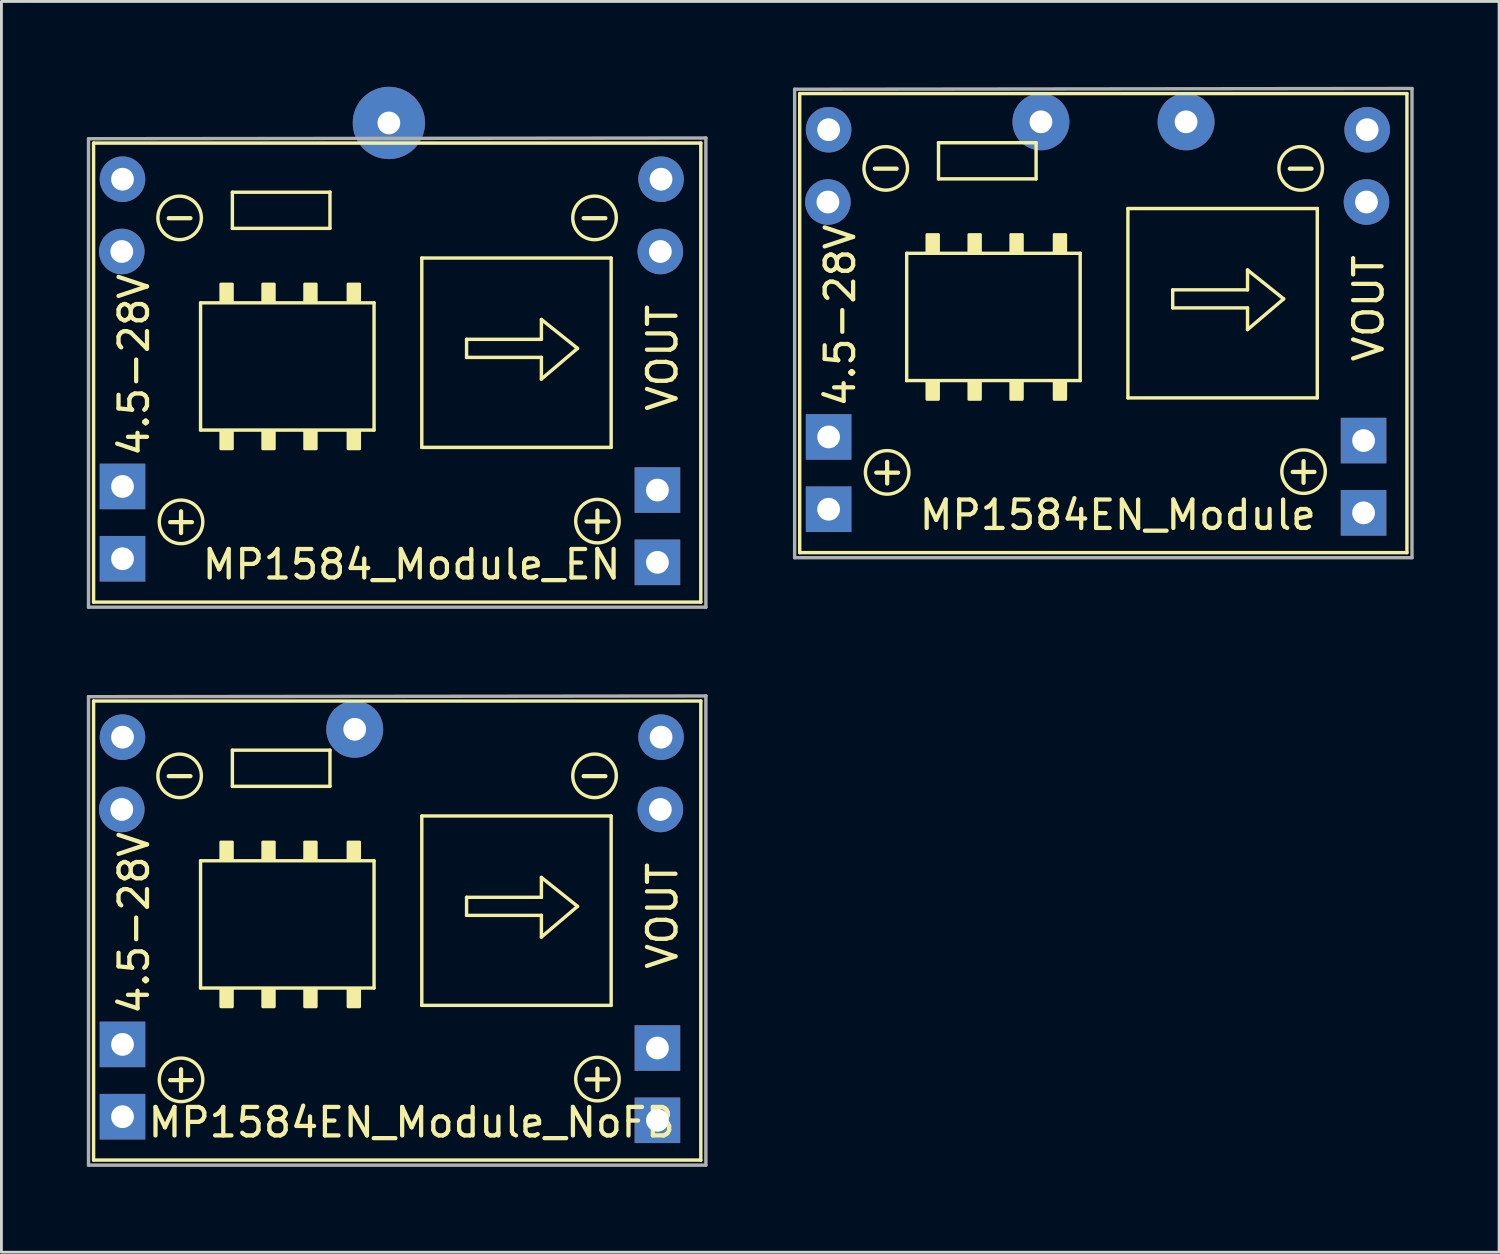
<source format=kicad_pcb>
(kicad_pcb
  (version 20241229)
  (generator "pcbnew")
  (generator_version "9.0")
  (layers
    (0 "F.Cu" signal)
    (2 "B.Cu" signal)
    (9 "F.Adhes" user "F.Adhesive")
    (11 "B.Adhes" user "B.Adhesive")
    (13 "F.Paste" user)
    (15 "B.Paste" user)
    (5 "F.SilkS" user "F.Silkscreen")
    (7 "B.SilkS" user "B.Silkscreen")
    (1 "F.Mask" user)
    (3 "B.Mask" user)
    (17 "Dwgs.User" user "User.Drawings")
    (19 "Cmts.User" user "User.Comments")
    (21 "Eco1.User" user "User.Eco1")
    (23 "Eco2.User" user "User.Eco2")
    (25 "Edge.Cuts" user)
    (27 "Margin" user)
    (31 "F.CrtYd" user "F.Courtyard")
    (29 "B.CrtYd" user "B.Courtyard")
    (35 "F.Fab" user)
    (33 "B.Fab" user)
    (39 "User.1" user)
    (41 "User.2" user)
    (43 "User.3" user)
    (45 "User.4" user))
  (footprint "MP1584EN_Module_NoFB"
    (layer "F.Cu")
    (at 11.414 29.075)
    (property "Reference" "MP1584EN_Module_NoFB" (at 0 7.315 180) (layer "F.SilkS") (effects (font (size 1 1) (thickness 0.15))))
    (attr through_hole)
    (fp_line (start -11.176 -7.493) (end -11.176 8.636) (stroke (width 0.12) (type solid)) (layer "F.SilkS"))
    (fp_line (start -11.176 8.636) (end 10.16 8.636) (stroke (width 0.12) (type solid)) (layer "F.SilkS"))
    (fp_line (start -7.417 -1.88) (end -1.321 -1.88) (stroke (width 0.12) (type solid)) (layer "F.SilkS"))
    (fp_line (start -7.417 2.591) (end -7.417 -1.88) (stroke (width 0.12) (type solid)) (layer "F.SilkS"))
    (fp_line (start -6.299 -5.766) (end -2.87 -5.766) (stroke (width 0.12) (type solid)) (layer "F.SilkS"))
    (fp_line (start -6.299 -4.496) (end -6.299 -5.766) (stroke (width 0.12) (type solid)) (layer "F.SilkS"))
    (fp_line (start -2.87 -5.766) (end -2.87 -4.496) (stroke (width 0.12) (type solid)) (layer "F.SilkS"))
    (fp_line (start -2.87 -4.496) (end -6.299 -4.496) (stroke (width 0.12) (type solid)) (layer "F.SilkS"))
    (fp_line (start -1.321 2.591) (end -7.417 2.591) (stroke (width 0.12) (type solid)) (layer "F.SilkS"))
    (fp_line (start -1.321 2.591) (end -1.321 -1.88) (stroke (width 0.12) (type solid)) (layer "F.SilkS"))
    (fp_line (start 0.356 -3.454) (end 0.356 3.2) (stroke (width 0.12) (type solid)) (layer "F.SilkS"))
    (fp_line (start 0.356 -3.454) (end 7.01 -3.454) (stroke (width 0.12) (type solid)) (layer "F.SilkS"))
    (fp_line (start 1.93 -0.597) (end 4.559 -0.597) (stroke (width 0.12) (type solid)) (layer "F.SilkS"))
    (fp_line (start 1.93 0.038) (end 1.93 -0.597) (stroke (width 0.12) (type solid)) (layer "F.SilkS"))
    (fp_line (start 1.93 0.038) (end 4.559 0.038) (stroke (width 0.12) (type solid)) (layer "F.SilkS"))
    (fp_line (start 4.559 -1.295) (end 5.829 -0.279) (stroke (width 0.12) (type solid)) (layer "F.SilkS"))
    (fp_line (start 4.559 -0.597) (end 4.559 -1.295) (stroke (width 0.12) (type solid)) (layer "F.SilkS"))
    (fp_line (start 4.559 0.8) (end 4.559 0.038) (stroke (width 0.12) (type solid)) (layer "F.SilkS"))
    (fp_line (start 5.829 -0.279) (end 4.559 0.8) (stroke (width 0.12) (type solid)) (layer "F.SilkS"))
    (fp_line (start 7.01 -3.454) (end 7.01 3.2) (stroke (width 0.12) (type solid)) (layer "F.SilkS"))
    (fp_line (start 7.01 3.2) (end 0.356 3.2) (stroke (width 0.12) (type solid)) (layer "F.SilkS"))
    (fp_line (start 10.16 -7.493) (end -11.176 -7.493) (stroke (width 0.12) (type solid)) (layer "F.SilkS"))
    (fp_line (start 10.16 8.636) (end 10.16 -7.493) (stroke (width 0.12) (type solid)) (layer "F.SilkS"))
    (fp_circle (center -8.153 -4.864) (end -7.582 -4.356) (stroke (width 0.12) (type solid)) (fill no) (layer "F.SilkS"))
    (fp_circle (center -8.103 5.817) (end -7.531 6.325) (stroke (width 0.12) (type solid)) (fill no) (layer "F.SilkS"))
    (fp_circle (center 6.426 -4.864) (end 6.998 -4.356) (stroke (width 0.12) (type solid)) (fill no) (layer "F.SilkS"))
    (fp_circle (center 6.528 5.791) (end 7.099 6.299) (stroke (width 0.12) (type solid)) (fill no) (layer "F.SilkS"))
    (fp_poly (pts (xy -6.706 -2.54) (xy -6.299 -2.54) (xy -6.299 -1.93) (xy -6.706 -1.93)) (stroke (width 0.1) (type solid)) (fill yes) (layer "F.SilkS"))
    (fp_poly (pts (xy -6.706 2.642) (xy -6.299 2.642) (xy -6.299 3.251) (xy -6.706 3.251)) (stroke (width 0.1) (type solid)) (fill yes) (layer "F.SilkS"))
    (fp_poly (pts (xy -5.232 -2.54) (xy -4.826 -2.54) (xy -4.826 -1.93) (xy -5.232 -1.93)) (stroke (width 0.1) (type solid)) (fill yes) (layer "F.SilkS"))
    (fp_poly (pts (xy -5.232 2.642) (xy -4.826 2.642) (xy -4.826 3.251) (xy -5.232 3.251)) (stroke (width 0.1) (type solid)) (fill yes) (layer "F.SilkS"))
    (fp_poly (pts (xy -3.759 -2.54) (xy -3.353 -2.54) (xy -3.353 -1.93) (xy -3.759 -1.93)) (stroke (width 0.1) (type solid)) (fill yes) (layer "F.SilkS"))
    (fp_poly (pts (xy -3.759 2.642) (xy -3.353 2.642) (xy -3.353 3.251) (xy -3.759 3.251)) (stroke (width 0.1) (type solid)) (fill yes) (layer "F.SilkS"))
    (fp_poly (pts (xy -2.235 -2.54) (xy -1.829 -2.54) (xy -1.829 -1.93) (xy -2.235 -1.93)) (stroke (width 0.1) (type solid)) (fill yes) (layer "F.SilkS"))
    (fp_poly (pts (xy -2.235 2.642) (xy -1.829 2.642) (xy -1.829 3.251) (xy -2.235 3.251)) (stroke (width 0.1) (type solid)) (fill yes) (layer "F.SilkS"))
    (fp_line (start -11.354 -7.645) (end -11.354 8.814) (stroke (width 0.12) (type solid)) (layer "F.Fab"))
    (fp_line (start -11.354 -7.645) (end 10.338 -7.671) (stroke (width 0.12) (type solid)) (layer "F.Fab"))
    (fp_line (start -11.354 8.814) (end 10.338 8.814) (stroke (width 0.12) (type solid)) (layer "F.Fab"))
    (fp_line (start 10.338 -7.671) (end 10.338 8.814) (stroke (width 0.12) (type solid)) (layer "F.Fab"))
    (fp_text user "+" (at 6.528 5.728 0) (layer "F.SilkS") (effects (font (size 1 1) (thickness 0.15))))
    (fp_text user "4.5-28V" (at -9.754 0.305 270) (layer "F.SilkS") (effects (font (size 1 1) (thickness 0.15))))
    (fp_text user "-" (at -8.153 -4.928 0) (layer "F.SilkS") (effects (font (size 1 1) (thickness 0.15))))
    (fp_text user "+" (at -8.103 5.753 0) (layer "F.SilkS") (effects (font (size 1 1) (thickness 0.15))))
    (fp_text user "-" (at 6.426 -4.928 0) (layer "F.SilkS") (effects (font (size 1 1) (thickness 0.15))))
    (fp_text user "VOUT" (at 8.814 0.051 270) (layer "F.SilkS") (effects (font (size 1 1) (thickness 0.15))))
    (pad "1" thru_hole rect (at -10.16 4.572 90) (size 1.6 1.6) (drill 0.8) (layers "*.Cu" "*.Mask"))
    (pad "1" thru_hole rect (at -10.16 7.112 90) (size 1.6 1.6) (drill 0.8) (layers "*.Cu" "*.Mask"))
    (pad "2" thru_hole oval (at -10.185 -3.683 90) (size 1.6 1.6) (drill 0.8) (layers "*.Cu" "*.Mask"))
    (pad "2" thru_hole oval (at -10.16 -6.223 90) (size 1.6 1.6) (drill 0.8) (layers "*.Cu" "*.Mask"))
    (pad "3" thru_hole rect (at 8.636 4.699 90) (size 1.6 1.6) (drill 0.8) (layers "*.Cu" "*.Mask"))
    (pad "3" thru_hole rect (at 8.636 7.239 90) (size 1.6 1.6) (drill 0.8) (layers "*.Cu" "*.Mask"))
    (pad "4" thru_hole oval (at 8.738 -3.683 90) (size 1.6 1.6) (drill 0.8) (layers "*.Cu" "*.Mask"))
    (pad "4" thru_hole oval (at 8.763 -6.223 90) (size 1.6 1.6) (drill 0.8) (layers "*.Cu" "*.Mask"))
    (pad "5" thru_hole circle (at -2 -6.5) (size 2 2) (drill 0.8) (property pad_prop_heatsink) (layers "*.Cu" "*.Mask")))
  (footprint "MP1584EN_Module"
    (layer "F.Cu")
    (at 36.225 7.731)
    (property "Reference" "MP1584EN_Module" (at 0 7.315 180) (layer "F.SilkS") (effects (font (size 1 1) (thickness 0.15))))
    (attr through_hole)
    (fp_line (start -11.176 -7.493) (end -11.176 8.636) (stroke (width 0.12) (type solid)) (layer "F.SilkS"))
    (fp_line (start -11.176 8.636) (end 10.16 8.636) (stroke (width 0.12) (type solid)) (layer "F.SilkS"))
    (fp_line (start -7.417 -1.88) (end -1.321 -1.88) (stroke (width 0.12) (type solid)) (layer "F.SilkS"))
    (fp_line (start -7.417 2.591) (end -7.417 -1.88) (stroke (width 0.12) (type solid)) (layer "F.SilkS"))
    (fp_line (start -6.299 -5.766) (end -2.87 -5.766) (stroke (width 0.12) (type solid)) (layer "F.SilkS"))
    (fp_line (start -6.299 -4.496) (end -6.299 -5.766) (stroke (width 0.12) (type solid)) (layer "F.SilkS"))
    (fp_line (start -2.87 -5.766) (end -2.87 -4.496) (stroke (width 0.12) (type solid)) (layer "F.SilkS"))
    (fp_line (start -2.87 -4.496) (end -6.299 -4.496) (stroke (width 0.12) (type solid)) (layer "F.SilkS"))
    (fp_line (start -1.321 2.591) (end -7.417 2.591) (stroke (width 0.12) (type solid)) (layer "F.SilkS"))
    (fp_line (start -1.321 2.591) (end -1.321 -1.88) (stroke (width 0.12) (type solid)) (layer "F.SilkS"))
    (fp_line (start 0.356 -3.454) (end 0.356 3.2) (stroke (width 0.12) (type solid)) (layer "F.SilkS"))
    (fp_line (start 0.356 -3.454) (end 7.01 -3.454) (stroke (width 0.12) (type solid)) (layer "F.SilkS"))
    (fp_line (start 1.93 -0.597) (end 4.559 -0.597) (stroke (width 0.12) (type solid)) (layer "F.SilkS"))
    (fp_line (start 1.93 0.038) (end 1.93 -0.597) (stroke (width 0.12) (type solid)) (layer "F.SilkS"))
    (fp_line (start 1.93 0.038) (end 4.559 0.038) (stroke (width 0.12) (type solid)) (layer "F.SilkS"))
    (fp_line (start 4.559 -1.295) (end 5.829 -0.279) (stroke (width 0.12) (type solid)) (layer "F.SilkS"))
    (fp_line (start 4.559 -0.597) (end 4.559 -1.295) (stroke (width 0.12) (type solid)) (layer "F.SilkS"))
    (fp_line (start 4.559 0.8) (end 4.559 0.038) (stroke (width 0.12) (type solid)) (layer "F.SilkS"))
    (fp_line (start 5.829 -0.279) (end 4.559 0.8) (stroke (width 0.12) (type solid)) (layer "F.SilkS"))
    (fp_line (start 7.01 -3.454) (end 7.01 3.2) (stroke (width 0.12) (type solid)) (layer "F.SilkS"))
    (fp_line (start 7.01 3.2) (end 0.356 3.2) (stroke (width 0.12) (type solid)) (layer "F.SilkS"))
    (fp_line (start 10.16 -7.493) (end -11.176 -7.493) (stroke (width 0.12) (type solid)) (layer "F.SilkS"))
    (fp_line (start 10.16 8.636) (end 10.16 -7.493) (stroke (width 0.12) (type solid)) (layer "F.SilkS"))
    (fp_circle (center -8.153 -4.864) (end -7.582 -4.356) (stroke (width 0.12) (type solid)) (fill no) (layer "F.SilkS"))
    (fp_circle (center -8.103 5.817) (end -7.531 6.325) (stroke (width 0.12) (type solid)) (fill no) (layer "F.SilkS"))
    (fp_circle (center 6.426 -4.864) (end 6.998 -4.356) (stroke (width 0.12) (type solid)) (fill no) (layer "F.SilkS"))
    (fp_circle (center 6.528 5.791) (end 7.099 6.299) (stroke (width 0.12) (type solid)) (fill no) (layer "F.SilkS"))
    (fp_poly (pts (xy -6.706 -2.54) (xy -6.299 -2.54) (xy -6.299 -1.93) (xy -6.706 -1.93)) (stroke (width 0.1) (type solid)) (fill yes) (layer "F.SilkS"))
    (fp_poly (pts (xy -6.706 2.642) (xy -6.299 2.642) (xy -6.299 3.251) (xy -6.706 3.251)) (stroke (width 0.1) (type solid)) (fill yes) (layer "F.SilkS"))
    (fp_poly (pts (xy -5.232 -2.54) (xy -4.826 -2.54) (xy -4.826 -1.93) (xy -5.232 -1.93)) (stroke (width 0.1) (type solid)) (fill yes) (layer "F.SilkS"))
    (fp_poly (pts (xy -5.232 2.642) (xy -4.826 2.642) (xy -4.826 3.251) (xy -5.232 3.251)) (stroke (width 0.1) (type solid)) (fill yes) (layer "F.SilkS"))
    (fp_poly (pts (xy -3.759 -2.54) (xy -3.353 -2.54) (xy -3.353 -1.93) (xy -3.759 -1.93)) (stroke (width 0.1) (type solid)) (fill yes) (layer "F.SilkS"))
    (fp_poly (pts (xy -3.759 2.642) (xy -3.353 2.642) (xy -3.353 3.251) (xy -3.759 3.251)) (stroke (width 0.1) (type solid)) (fill yes) (layer "F.SilkS"))
    (fp_poly (pts (xy -2.235 -2.54) (xy -1.829 -2.54) (xy -1.829 -1.93) (xy -2.235 -1.93)) (stroke (width 0.1) (type solid)) (fill yes) (layer "F.SilkS"))
    (fp_poly (pts (xy -2.235 2.642) (xy -1.829 2.642) (xy -1.829 3.251) (xy -2.235 3.251)) (stroke (width 0.1) (type solid)) (fill yes) (layer "F.SilkS"))
    (fp_line (start -11.354 -7.645) (end -11.354 8.814) (stroke (width 0.12) (type solid)) (layer "F.Fab"))
    (fp_line (start -11.354 -7.645) (end 10.338 -7.671) (stroke (width 0.12) (type solid)) (layer "F.Fab"))
    (fp_line (start -11.354 8.814) (end 10.338 8.814) (stroke (width 0.12) (type solid)) (layer "F.Fab"))
    (fp_line (start 10.338 -7.671) (end 10.338 8.814) (stroke (width 0.12) (type solid)) (layer "F.Fab"))
    (fp_text user "+" (at -8.103 5.753 0) (layer "F.SilkS") (effects (font (size 1 1) (thickness 0.15))))
    (fp_text user "+" (at 6.528 5.728 0) (layer "F.SilkS") (effects (font (size 1 1) (thickness 0.15))))
    (fp_text user "VOUT" (at 8.814 0.051 270) (layer "F.SilkS") (effects (font (size 1 1) (thickness 0.15))))
    (fp_text user "4.5-28V" (at -9.754 0.305 270) (layer "F.SilkS") (effects (font (size 1 1) (thickness 0.15))))
    (fp_text user "-" (at -8.153 -4.928 0) (layer "F.SilkS") (effects (font (size 1 1) (thickness 0.15))))
    (fp_text user "-" (at 6.426 -4.928 0) (layer "F.SilkS") (effects (font (size 1 1) (thickness 0.15))))
    (pad "1" thru_hole rect (at -10.16 4.572 90) (size 1.6 1.6) (drill 0.8) (layers "*.Cu" "*.Mask"))
    (pad "1" thru_hole rect (at -10.16 7.112 90) (size 1.6 1.6) (drill 0.8) (layers "*.Cu" "*.Mask"))
    (pad "2" thru_hole oval (at -10.185 -3.683 90) (size 1.6 1.6) (drill 0.8) (layers "*.Cu" "*.Mask"))
    (pad "2" thru_hole oval (at -10.16 -6.223 90) (size 1.6 1.6) (drill 0.8) (layers "*.Cu" "*.Mask"))
    (pad "3" thru_hole rect (at 8.636 4.699 90) (size 1.6 1.6) (drill 0.8) (layers "*.Cu" "*.Mask"))
    (pad "3" thru_hole rect (at 8.636 7.239 90) (size 1.6 1.6) (drill 0.8) (layers "*.Cu" "*.Mask"))
    (pad "4" thru_hole oval (at 8.738 -3.683 90) (size 1.6 1.6) (drill 0.8) (layers "*.Cu" "*.Mask"))
    (pad "4" thru_hole oval (at 8.763 -6.223 90) (size 1.6 1.6) (drill 0.8) (layers "*.Cu" "*.Mask"))
    (pad "5" thru_hole circle (at -2.7 -6.5) (size 2 2) (drill 0.8) (property pad_prop_heatsink) (layers "*.Cu" "*.Mask"))
    (pad "6" thru_hole circle (at 2.4 -6.5) (size 2 2) (drill 0.8) (property pad_prop_heatsink) (layers "*.Cu" "*.Mask")))
  (footprint "MP1584_Module_EN"
    (layer "F.Cu")
    (at 11.414 9.47)
    (property "Reference" "MP1584_Module_EN" (at 0 7.315 180) (layer "F.SilkS") (effects (font (size 1 1) (thickness 0.15))))
    (attr through_hole)
    (fp_line (start -11.176 -7.493) (end -11.176 8.636) (stroke (width 0.12) (type solid)) (layer "F.SilkS"))
    (fp_line (start -11.176 8.636) (end 10.16 8.636) (stroke (width 0.12) (type solid)) (layer "F.SilkS"))
    (fp_line (start -7.417 -1.88) (end -1.321 -1.88) (stroke (width 0.12) (type solid)) (layer "F.SilkS"))
    (fp_line (start -7.417 2.591) (end -7.417 -1.88) (stroke (width 0.12) (type solid)) (layer "F.SilkS"))
    (fp_line (start -6.299 -5.766) (end -2.87 -5.766) (stroke (width 0.12) (type solid)) (layer "F.SilkS"))
    (fp_line (start -6.299 -4.496) (end -6.299 -5.766) (stroke (width 0.12) (type solid)) (layer "F.SilkS"))
    (fp_line (start -2.87 -5.766) (end -2.87 -4.496) (stroke (width 0.12) (type solid)) (layer "F.SilkS"))
    (fp_line (start -2.87 -4.496) (end -6.299 -4.496) (stroke (width 0.12) (type solid)) (layer "F.SilkS"))
    (fp_line (start -1.321 2.591) (end -7.417 2.591) (stroke (width 0.12) (type solid)) (layer "F.SilkS"))
    (fp_line (start -1.321 2.591) (end -1.321 -1.88) (stroke (width 0.12) (type solid)) (layer "F.SilkS"))
    (fp_line (start 0.356 -3.454) (end 0.356 3.2) (stroke (width 0.12) (type solid)) (layer "F.SilkS"))
    (fp_line (start 0.356 -3.454) (end 7.01 -3.454) (stroke (width 0.12) (type solid)) (layer "F.SilkS"))
    (fp_line (start 1.93 -0.597) (end 4.559 -0.597) (stroke (width 0.12) (type solid)) (layer "F.SilkS"))
    (fp_line (start 1.93 0.038) (end 1.93 -0.597) (stroke (width 0.12) (type solid)) (layer "F.SilkS"))
    (fp_line (start 1.93 0.038) (end 4.559 0.038) (stroke (width 0.12) (type solid)) (layer "F.SilkS"))
    (fp_line (start 4.559 -1.295) (end 5.829 -0.279) (stroke (width 0.12) (type solid)) (layer "F.SilkS"))
    (fp_line (start 4.559 -0.597) (end 4.559 -1.295) (stroke (width 0.12) (type solid)) (layer "F.SilkS"))
    (fp_line (start 4.559 0.8) (end 4.559 0.038) (stroke (width 0.12) (type solid)) (layer "F.SilkS"))
    (fp_line (start 5.829 -0.279) (end 4.559 0.8) (stroke (width 0.12) (type solid)) (layer "F.SilkS"))
    (fp_line (start 7.01 -3.454) (end 7.01 3.2) (stroke (width 0.12) (type solid)) (layer "F.SilkS"))
    (fp_line (start 7.01 3.2) (end 0.356 3.2) (stroke (width 0.12) (type solid)) (layer "F.SilkS"))
    (fp_line (start 10.16 -7.493) (end -11.176 -7.493) (stroke (width 0.12) (type solid)) (layer "F.SilkS"))
    (fp_line (start 10.16 8.636) (end 10.16 -7.493) (stroke (width 0.12) (type solid)) (layer "F.SilkS"))
    (fp_circle (center -8.153 -4.864) (end -7.582 -4.356) (stroke (width 0.12) (type solid)) (fill no) (layer "F.SilkS"))
    (fp_circle (center -8.103 5.817) (end -7.531 6.325) (stroke (width 0.12) (type solid)) (fill no) (layer "F.SilkS"))
    (fp_circle (center 6.426 -4.864) (end 6.998 -4.356) (stroke (width 0.12) (type solid)) (fill no) (layer "F.SilkS"))
    (fp_circle (center 6.528 5.791) (end 7.099 6.299) (stroke (width 0.12) (type solid)) (fill no) (layer "F.SilkS"))
    (fp_poly (pts (xy -6.706 -2.54) (xy -6.299 -2.54) (xy -6.299 -1.93) (xy -6.706 -1.93)) (stroke (width 0.1) (type solid)) (fill yes) (layer "F.SilkS"))
    (fp_poly (pts (xy -6.706 2.642) (xy -6.299 2.642) (xy -6.299 3.251) (xy -6.706 3.251)) (stroke (width 0.1) (type solid)) (fill yes) (layer "F.SilkS"))
    (fp_poly (pts (xy -5.232 -2.54) (xy -4.826 -2.54) (xy -4.826 -1.93) (xy -5.232 -1.93)) (stroke (width 0.1) (type solid)) (fill yes) (layer "F.SilkS"))
    (fp_poly (pts (xy -5.232 2.642) (xy -4.826 2.642) (xy -4.826 3.251) (xy -5.232 3.251)) (stroke (width 0.1) (type solid)) (fill yes) (layer "F.SilkS"))
    (fp_poly (pts (xy -3.759 -2.54) (xy -3.353 -2.54) (xy -3.353 -1.93) (xy -3.759 -1.93)) (stroke (width 0.1) (type solid)) (fill yes) (layer "F.SilkS"))
    (fp_poly (pts (xy -3.759 2.642) (xy -3.353 2.642) (xy -3.353 3.251) (xy -3.759 3.251)) (stroke (width 0.1) (type solid)) (fill yes) (layer "F.SilkS"))
    (fp_poly (pts (xy -2.235 -2.54) (xy -1.829 -2.54) (xy -1.829 -1.93) (xy -2.235 -1.93)) (stroke (width 0.1) (type solid)) (fill yes) (layer "F.SilkS"))
    (fp_poly (pts (xy -2.235 2.642) (xy -1.829 2.642) (xy -1.829 3.251) (xy -2.235 3.251)) (stroke (width 0.1) (type solid)) (fill yes) (layer "F.SilkS"))
    (fp_line (start -11.354 -7.645) (end -11.354 8.814) (stroke (width 0.12) (type solid)) (layer "F.Fab"))
    (fp_line (start -11.354 -7.645) (end 10.338 -7.671) (stroke (width 0.12) (type solid)) (layer "F.Fab"))
    (fp_line (start -11.354 8.814) (end 10.338 8.814) (stroke (width 0.12) (type solid)) (layer "F.Fab"))
    (fp_line (start 10.338 -7.671) (end 10.338 8.814) (stroke (width 0.12) (type solid)) (layer "F.Fab"))
    (fp_text user "-" (at 6.426 -4.928 180) (layer "F.SilkS") (effects (font (size 1 1) (thickness 0.15))))
    (fp_text user "+" (at 6.528 5.728 180) (layer "F.SilkS") (effects (font (size 1 1) (thickness 0.15))))
    (fp_text user "-" (at -8.153 -4.928 180) (layer "F.SilkS") (effects (font (size 1 1) (thickness 0.15))))
    (fp_text user "VOUT" (at 8.814 0.051 270) (layer "F.SilkS") (effects (font (size 1 1) (thickness 0.15))))
    (fp_text user "4.5-28V" (at -9.754 0.305 270) (layer "F.SilkS") (effects (font (size 1 1) (thickness 0.15))))
    (fp_text user "+" (at -8.103 5.753 180) (layer "F.SilkS") (effects (font (size 1 1) (thickness 0.15))))
    (pad "1" thru_hole rect (at -10.16 4.572 90) (size 1.6 1.6) (drill 0.8) (layers "*.Cu" "*.Mask"))
    (pad "1" thru_hole rect (at -10.16 7.112 90) (size 1.6 1.6) (drill 0.8) (layers "*.Cu" "*.Mask"))
    (pad "2" thru_hole oval (at -10.185 -3.683 90) (size 1.6 1.6) (drill 0.8) (layers "*.Cu" "*.Mask"))
    (pad "2" thru_hole oval (at -10.16 -6.223 90) (size 1.6 1.6) (drill 0.8) (layers "*.Cu" "*.Mask"))
    (pad "3" thru_hole rect (at 8.636 4.699 90) (size 1.6 1.6) (drill 0.8) (layers "*.Cu" "*.Mask"))
    (pad "3" thru_hole rect (at 8.636 7.239 90) (size 1.6 1.6) (drill 0.8) (layers "*.Cu" "*.Mask"))
    (pad "4" thru_hole oval (at 8.738 -3.683 90) (size 1.6 1.6) (drill 0.8) (layers "*.Cu" "*.Mask"))
    (pad "4" thru_hole oval (at 8.763 -6.223 90) (size 1.6 1.6) (drill 0.8) (layers "*.Cu" "*.Mask"))
    (pad "5" thru_hole circle (at -0.8 -8.2) (size 2.54 2.54) (drill 0.8) (layers "*.Cu" "*.Mask")))
  (gr_rect
    (start -3 -3)
    (end 49.623 40.948)
    (stroke (width 0.1) (type default))
    (fill no)
    (layer "Edge.Cuts")))
</source>
